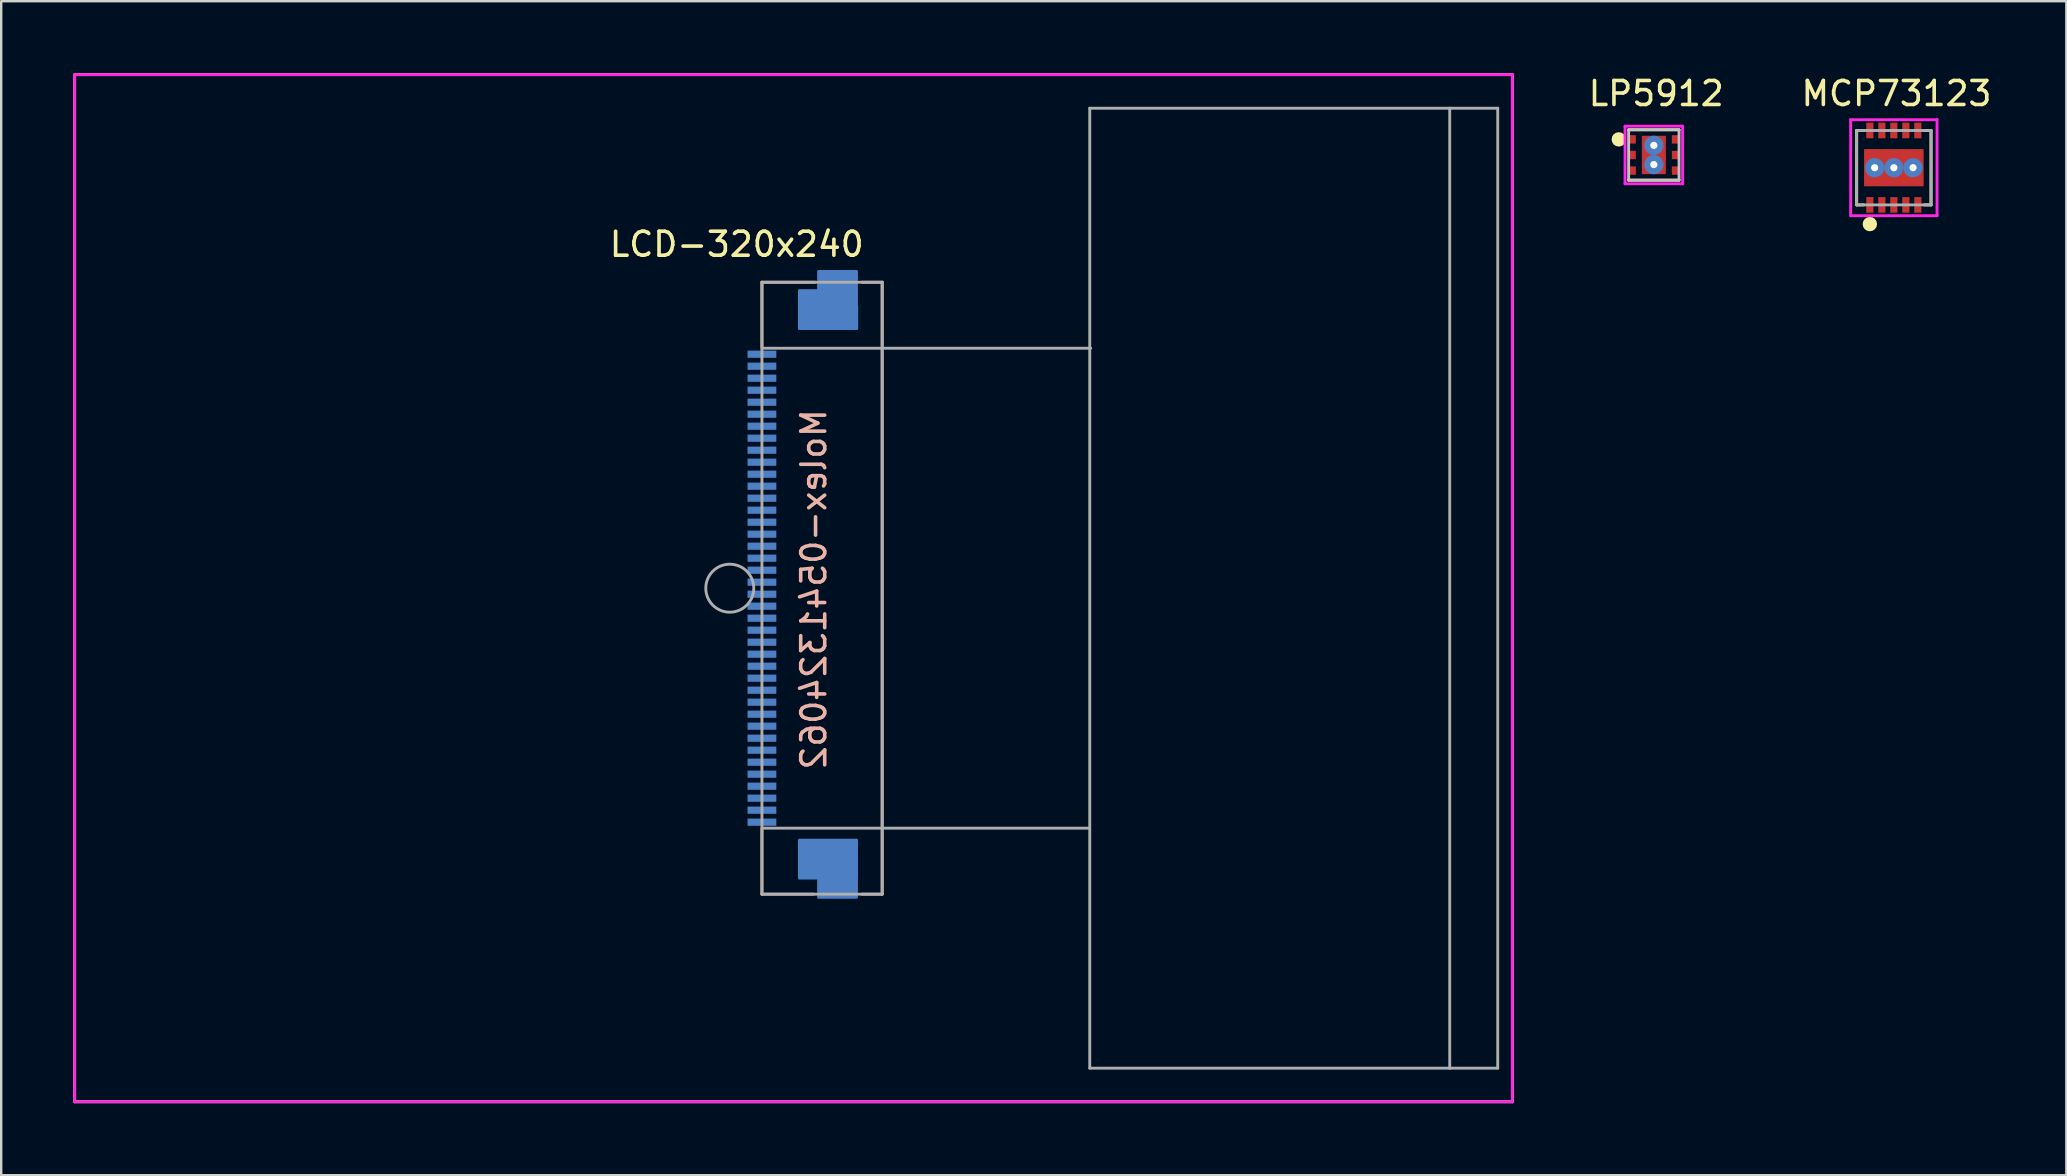
<source format=kicad_pcb>
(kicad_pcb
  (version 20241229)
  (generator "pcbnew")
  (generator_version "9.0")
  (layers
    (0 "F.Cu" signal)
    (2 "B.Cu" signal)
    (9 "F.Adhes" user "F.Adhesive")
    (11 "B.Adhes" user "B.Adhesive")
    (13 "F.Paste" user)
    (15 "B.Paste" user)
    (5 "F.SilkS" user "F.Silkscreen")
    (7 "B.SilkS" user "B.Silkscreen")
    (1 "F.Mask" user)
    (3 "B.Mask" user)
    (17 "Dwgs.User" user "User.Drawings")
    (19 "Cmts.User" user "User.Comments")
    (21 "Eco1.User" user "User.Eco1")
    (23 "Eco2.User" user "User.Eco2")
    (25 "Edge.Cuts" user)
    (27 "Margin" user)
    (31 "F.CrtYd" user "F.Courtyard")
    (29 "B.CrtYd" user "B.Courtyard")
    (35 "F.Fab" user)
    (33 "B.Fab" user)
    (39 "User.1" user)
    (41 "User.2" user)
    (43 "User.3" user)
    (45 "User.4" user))
  (footprint "LCD-320x240"
    (layer "F.Cu")
    (at 27.36 21.46)
    (property "Reference" "LCD-320x240" (at 0.29 -14.33 0) (layer "F.SilkS") (effects (font (size 1 1) (thickness 0.15))))
    (attr through_hole)
    (fp_line (start -27.3 -21.4) (end -27.3 21.4) (stroke (width 0.12) (type solid)) (layer "F.SilkS"))
    (fp_line (start -27.3 -21.4) (end 32.61 -21.4) (stroke (width 0.12) (type solid)) (layer "F.SilkS"))
    (fp_line (start -27.3 21.4) (end 32.61 21.4) (stroke (width 0.12) (type solid)) (layer "F.SilkS"))
    (fp_line (start 32.61 21.4) (end 32.61 -21.4) (stroke (width 0.12) (type solid)) (layer "F.SilkS"))
    (fp_line (start 1.34 -12.75) (end 1.34 -10.06) (stroke (width 0.12) (type solid)) (layer "B.SilkS"))
    (fp_line (start 1.34 -12.75) (end 3.55 -12.75) (stroke (width 0.12) (type solid)) (layer "B.SilkS"))
    (fp_line (start 1.34 12.75) (end 1.34 10.06) (stroke (width 0.12) (type solid)) (layer "B.SilkS"))
    (fp_line (start 1.34 12.75) (end 3.5 12.75) (stroke (width 0.12) (type solid)) (layer "B.SilkS"))
    (fp_line (start 6.35 -12.75) (end 5.5 -12.75) (stroke (width 0.12) (type solid)) (layer "B.SilkS"))
    (fp_line (start 6.35 -12.75) (end 6.35 12.75) (stroke (width 0.12) (type solid)) (layer "B.SilkS"))
    (fp_line (start 6.35 12.75) (end 5.5 12.75) (stroke (width 0.12) (type solid)) (layer "B.SilkS"))
    (fp_line (start -27.3 -21.4) (end -27.3 21.4) (stroke (width 0.12) (type solid)) (layer "F.CrtYd"))
    (fp_line (start -27.3 -21.4) (end 32.61 -21.4) (stroke (width 0.12) (type solid)) (layer "F.CrtYd"))
    (fp_line (start -27.3 21.4) (end 32.61 21.4) (stroke (width 0.12) (type solid)) (layer "F.CrtYd"))
    (fp_line (start 32.61 21.4) (end 32.61 -21.4) (stroke (width 0.12) (type solid)) (layer "F.CrtYd"))
    (fp_line (start 1.34 -12.75) (end 6.35 -12.75) (stroke (width 0.12) (type solid)) (layer "F.Fab"))
    (fp_line (start 1.34 -10) (end 15.04 -10) (stroke (width 0.12) (type solid)) (layer "F.Fab"))
    (fp_line (start 1.34 10) (end 14.99 10) (stroke (width 0.12) (type solid)) (layer "F.Fab"))
    (fp_line (start 1.34 12.75) (end 1.34 -12.75) (stroke (width 0.12) (type solid)) (layer "F.Fab"))
    (fp_line (start 1.34 12.75) (end 6.35 12.75) (stroke (width 0.12) (type solid)) (layer "F.Fab"))
    (fp_line (start 6.35 -12.75) (end 6.35 12.75) (stroke (width 0.12) (type solid)) (layer "F.Fab"))
    (fp_line (start 15 -20) (end 15 20) (stroke (width 0.12) (type solid)) (layer "F.Fab"))
    (fp_line (start 15 -20) (end 30 -20) (stroke (width 0.12) (type solid)) (layer "F.Fab"))
    (fp_line (start 15 20) (end 30 20) (stroke (width 0.12) (type solid)) (layer "F.Fab"))
    (fp_line (start 30 -20) (end 32 -20) (stroke (width 0.12) (type solid)) (layer "F.Fab"))
    (fp_line (start 30 20) (end 30 -20) (stroke (width 0.12) (type solid)) (layer "F.Fab"))
    (fp_line (start 30 20) (end 32 20) (stroke (width 0.12) (type solid)) (layer "F.Fab"))
    (fp_line (start 32 -20) (end 32 20) (stroke (width 0.12) (type solid)) (layer "F.Fab"))
    (fp_circle (center 0 0) (end 1 0) (stroke (width 0.12) (type solid)) (fill no) (layer "F.Fab"))
    (fp_text user "Molex-0541324062" (at 3.5 0.05 90) (layer "B.SilkS") (effects (font (size 1 1) (thickness 0.15)) (justify mirror)))
    (pad "" smd custom (at 4.58 11.23 90) (size 1.524 1.524) (layers "B.Cu" "B.Mask" "B.Paste") (options (anchor rect)) (primitives (gr_poly (pts (xy 0.74 -1.69) (xy 0.74 0.71) (xy -1.66 0.71) (xy -1.66 -0.89) (xy -0.86 -0.89) (xy -0.86 -1.69)) (width 0.1) (fill yes))))
    (pad "" smd custom (at 4.85 -11.27 90) (size 1 1) (layers "B.Cu" "B.Mask" "B.Paste") (options (anchor rect)) (primitives (gr_poly (pts (xy -0.46 -1.96) (xy -0.46 0.44) (xy 1.94 0.44) (xy 1.94 -1.16) (xy 1.14 -1.16) (xy 1.14 -1.96)) (width 0.1) (fill yes))))
    (pad "1" smd rect (at 1.34 9.75 90) (size 0.3 1.2) (layers "B.Cu" "B.Mask" "B.Paste"))
    (pad "2" smd rect (at 1.34 9.25 90) (size 0.3 1.2) (layers "B.Cu" "B.Mask" "B.Paste"))
    (pad "3" smd rect (at 1.34 8.75 90) (size 0.3 1.2) (layers "B.Cu" "B.Mask" "B.Paste"))
    (pad "4" smd rect (at 1.34 8.25 90) (size 0.3 1.2) (layers "B.Cu" "B.Mask" "B.Paste"))
    (pad "5" smd rect (at 1.34 7.75 90) (size 0.3 1.2) (layers "B.Cu" "B.Mask" "B.Paste"))
    (pad "6" smd rect (at 1.34 7.25 90) (size 0.3 1.2) (layers "B.Cu" "B.Mask" "B.Paste"))
    (pad "7" smd rect (at 1.34 6.75 90) (size 0.3 1.2) (layers "B.Cu" "B.Mask" "B.Paste"))
    (pad "8" smd rect (at 1.34 6.25 90) (size 0.3 1.2) (layers "B.Cu" "B.Mask" "B.Paste"))
    (pad "9" smd rect (at 1.34 5.75 90) (size 0.3 1.2) (layers "B.Cu" "B.Mask" "B.Paste"))
    (pad "10" smd rect (at 1.34 5.25 90) (size 0.3 1.2) (layers "B.Cu" "B.Mask" "B.Paste"))
    (pad "11" smd rect (at 1.34 4.75 90) (size 0.3 1.2) (layers "B.Cu" "B.Mask" "B.Paste"))
    (pad "12" smd rect (at 1.34 4.25 90) (size 0.3 1.2) (layers "B.Cu" "B.Mask" "B.Paste"))
    (pad "13" smd rect (at 1.34 3.75 90) (size 0.3 1.2) (layers "B.Cu" "B.Mask" "B.Paste"))
    (pad "14" smd rect (at 1.34 3.25 90) (size 0.3 1.2) (layers "B.Cu" "B.Mask" "B.Paste"))
    (pad "15" smd rect (at 1.34 2.75 90) (size 0.3 1.2) (layers "B.Cu" "B.Mask" "B.Paste"))
    (pad "16" smd rect (at 1.34 2.25 90) (size 0.3 1.2) (layers "B.Cu" "B.Mask" "B.Paste"))
    (pad "17" smd rect (at 1.34 1.75 90) (size 0.3 1.2) (layers "B.Cu" "B.Mask" "B.Paste"))
    (pad "18" smd rect (at 1.34 1.25 90) (size 0.3 1.2) (layers "B.Cu" "B.Mask" "B.Paste"))
    (pad "19" smd rect (at 1.34 0.75 90) (size 0.3 1.2) (layers "B.Cu" "B.Mask" "B.Paste"))
    (pad "20" smd rect (at 1.34 0.25 90) (size 0.3 1.2) (layers "B.Cu" "B.Mask" "B.Paste"))
    (pad "21" smd rect (at 1.34 -0.25 90) (size 0.3 1.2) (layers "B.Cu" "B.Mask" "B.Paste"))
    (pad "22" smd rect (at 1.34 -0.75 90) (size 0.3 1.2) (layers "B.Cu" "B.Mask" "B.Paste"))
    (pad "23" smd rect (at 1.34 -1.25 90) (size 0.3 1.2) (layers "B.Cu" "B.Mask" "B.Paste"))
    (pad "24" smd rect (at 1.34 -1.75 90) (size 0.3 1.2) (layers "B.Cu" "B.Mask" "B.Paste"))
    (pad "25" smd rect (at 1.34 -2.25 90) (size 0.3 1.2) (layers "B.Cu" "B.Mask" "B.Paste"))
    (pad "26" smd rect (at 1.34 -2.75 90) (size 0.3 1.2) (layers "B.Cu" "B.Mask" "B.Paste"))
    (pad "27" smd rect (at 1.34 -3.25 90) (size 0.3 1.2) (layers "B.Cu" "B.Mask" "B.Paste"))
    (pad "28" smd rect (at 1.34 -3.75 90) (size 0.3 1.2) (layers "B.Cu" "B.Mask" "B.Paste"))
    (pad "29" smd rect (at 1.34 -4.25 90) (size 0.3 1.2) (layers "B.Cu" "B.Mask" "B.Paste"))
    (pad "30" smd rect (at 1.34 -4.75 90) (size 0.3 1.2) (layers "B.Cu" "B.Mask" "B.Paste"))
    (pad "31" smd rect (at 1.34 -5.25 90) (size 0.3 1.2) (layers "B.Cu" "B.Mask" "B.Paste"))
    (pad "32" smd rect (at 1.34 -5.75 90) (size 0.3 1.2) (layers "B.Cu" "B.Mask" "B.Paste"))
    (pad "33" smd rect (at 1.34 -6.25 90) (size 0.3 1.2) (layers "B.Cu" "B.Mask" "B.Paste"))
    (pad "34" smd rect (at 1.34 -6.75 90) (size 0.3 1.2) (layers "B.Cu" "B.Mask" "B.Paste"))
    (pad "35" smd rect (at 1.34 -7.25 90) (size 0.3 1.2) (layers "B.Cu" "B.Mask" "B.Paste"))
    (pad "36" smd rect (at 1.34 -7.75 90) (size 0.3 1.2) (layers "B.Cu" "B.Mask" "B.Paste"))
    (pad "37" smd rect (at 1.34 -8.25 90) (size 0.3 1.2) (layers "B.Cu" "B.Mask" "B.Paste"))
    (pad "38" smd rect (at 1.34 -8.75 90) (size 0.3 1.2) (layers "B.Cu" "B.Mask" "B.Paste"))
    (pad "39" smd rect (at 1.34 -9.25 90) (size 0.3 1.2) (layers "B.Cu" "B.Mask" "B.Paste"))
    (pad "40" smd rect (at 1.34 -9.75 90) (size 0.3 1.2) (layers "B.Cu" "B.Mask" "B.Paste")))
  (footprint "LP5912"
    (layer "F.Cu")
    (at 65.865 3.408)
    (property "Reference" "LP5912" (at 0.1 -2.56 0) (layer "F.SilkS") (effects (font (size 1 1) (thickness 0.15))))
    (attr through_hole)
    (fp_line (start -1.05 -1.05) (end 1.05 -1.05) (stroke (width 0.12) (type solid)) (layer "F.SilkS"))
    (fp_line (start -1.05 1.05) (end 1.05 1.05) (stroke (width 0.12) (type solid)) (layer "F.SilkS"))
    (fp_circle (center -1.46 -0.65) (end -1.31 -0.65) (stroke (width 0.3) (type solid)) (fill no) (layer "F.SilkS"))
    (fp_line (start -1.05 -1.05) (end -1.05 1.05) (stroke (width 0.12) (type solid)) (layer "Dwgs.User"))
    (fp_line (start -1.05 -1.05) (end 1.05 -1.05) (stroke (width 0.12) (type solid)) (layer "Dwgs.User"))
    (fp_line (start -1.05 1.05) (end 1.05 1.05) (stroke (width 0.12) (type solid)) (layer "Dwgs.User"))
    (fp_line (start 1.05 -1.05) (end 1.05 1.05) (stroke (width 0.12) (type solid)) (layer "Dwgs.User"))
    (fp_line (start -1.2 -1.2) (end -1.2 1.2) (stroke (width 0.12) (type solid)) (layer "F.CrtYd"))
    (fp_line (start -1.2 -1.2) (end 1.2 -1.2) (stroke (width 0.12) (type solid)) (layer "F.CrtYd"))
    (fp_line (start -1.2 1.2) (end 1.2 1.2) (stroke (width 0.12) (type solid)) (layer "F.CrtYd"))
    (fp_line (start 1.2 -1.2) (end 1.2 1.2) (stroke (width 0.12) (type solid)) (layer "F.CrtYd"))
    (pad "1" smd rect (at -0.9 -0.65) (size 0.3 0.35) (layers "F.Cu" "F.Mask" "F.Paste"))
    (pad "2" smd rect (at -0.9 0) (size 0.3 0.35) (layers "F.Cu" "F.Mask" "F.Paste"))
    (pad "3" smd rect (at -0.9 0.65) (size 0.3 0.35) (layers "F.Cu" "F.Mask" "F.Paste"))
    (pad "4" smd rect (at 0.9 0.65) (size 0.3 0.35) (layers "F.Cu" "F.Mask" "F.Paste"))
    (pad "5" smd rect (at 0.9 0) (size 0.3 0.35) (layers "F.Cu" "F.Mask" "F.Paste"))
    (pad "6" smd rect (at 0.9 -0.65) (size 0.3 0.35) (layers "F.Cu" "F.Mask" "F.Paste"))
    (pad "7" thru_hole circle (at 0 -0.4) (size 0.8 0.8) (drill 0.3) (layers "*.Cu" "*.Mask"))
    (pad "7" smd rect (at 0 0) (size 1 1.6) (layers "F.Cu" "F.Mask" "F.Paste"))
    (pad "7" thru_hole circle (at 0 0.4) (size 0.8 0.8) (drill 0.3) (layers "*.Cu" "*.Mask")))
  (footprint "MCP73123"
    (layer "F.Cu")
    (at 75.866 3.938)
    (property "Reference" "MCP73123" (at 0.11 -3.09 0) (layer "F.SilkS") (effects (font (size 1 1) (thickness 0.15))))
    (attr through_hole)
    (fp_line (start -1.55 -1.55) (end -1.55 1.55) (stroke (width 0.12) (type solid)) (layer "F.SilkS"))
    (fp_line (start -1.55 1.55) (end -1.26 1.55) (stroke (width 0.12) (type solid)) (layer "F.SilkS"))
    (fp_line (start -1.26 -1.55) (end -1.55 -1.55) (stroke (width 0.12) (type solid)) (layer "F.SilkS"))
    (fp_line (start 1.26 -1.55) (end 1.55 -1.55) (stroke (width 0.12) (type solid)) (layer "F.SilkS"))
    (fp_line (start 1.55 -1.55) (end 1.55 1.55) (stroke (width 0.12) (type solid)) (layer "F.SilkS"))
    (fp_line (start 1.55 1.55) (end 1.26 1.55) (stroke (width 0.12) (type solid)) (layer "F.SilkS"))
    (fp_circle (center -1 2.35) (end -0.85 2.35) (stroke (width 0.3) (type solid)) (fill no) (layer "F.SilkS"))
    (fp_line (start -1.8 -2) (end -1.8 2) (stroke (width 0.12) (type solid)) (layer "F.CrtYd"))
    (fp_line (start -1.8 -2) (end 1.8 -2) (stroke (width 0.12) (type solid)) (layer "F.CrtYd"))
    (fp_line (start -1.8 2) (end 1.8 2) (stroke (width 0.12) (type solid)) (layer "F.CrtYd"))
    (fp_line (start 1.8 2) (end 1.8 -2) (stroke (width 0.12) (type solid)) (layer "F.CrtYd"))
    (fp_line (start -1.55 -1.55) (end -1.55 1.55) (stroke (width 0.12) (type solid)) (layer "F.Fab"))
    (fp_line (start -1.55 -1.55) (end 1.55 -1.55) (stroke (width 0.12) (type solid)) (layer "F.Fab"))
    (fp_line (start -1.55 1.55) (end 1.55 1.55) (stroke (width 0.12) (type solid)) (layer "F.Fab"))
    (fp_line (start 1.55 -1.55) (end 1.55 1.55) (stroke (width 0.12) (type solid)) (layer "F.Fab"))
    (pad "1" smd rect (at -1 1.55) (size 0.3 0.65) (layers "F.Cu" "F.Mask" "F.Paste"))
    (pad "2" smd rect (at -0.5 1.55) (size 0.3 0.65) (layers "F.Cu" "F.Mask" "F.Paste"))
    (pad "3" smd rect (at 0 1.55) (size 0.3 0.65) (layers "F.Cu" "F.Mask" "F.Paste"))
    (pad "4" smd rect (at 0.5 1.55) (size 0.3 0.65) (layers "F.Cu" "F.Mask" "F.Paste"))
    (pad "5" smd rect (at 1 1.55) (size 0.3 0.65) (layers "F.Cu" "F.Mask" "F.Paste"))
    (pad "6" smd rect (at 1 -1.55) (size 0.3 0.65) (layers "F.Cu" "F.Mask" "F.Paste"))
    (pad "7" smd rect (at 0.5 -1.55) (size 0.3 0.65) (layers "F.Cu" "F.Mask" "F.Paste"))
    (pad "8" smd rect (at 0 -1.55) (size 0.3 0.65) (layers "F.Cu" "F.Mask" "F.Paste"))
    (pad "9" smd rect (at -0.5 -1.55) (size 0.3 0.65) (layers "F.Cu" "F.Mask" "F.Paste"))
    (pad "10" smd rect (at -1 -1.55) (size 0.3 0.65) (layers "F.Cu" "F.Mask" "F.Paste"))
    (pad "11" thru_hole circle (at -0.8 0) (size 0.8 0.8) (drill 0.3) (layers "*.Cu" "*.Mask"))
    (pad "11" thru_hole circle (at 0 0) (size 0.8 0.8) (drill 0.3) (layers "*.Cu" "*.Mask"))
    (pad "11" smd rect (at 0 0) (size 2.48 1.55) (layers "F.Cu" "F.Mask" "F.Paste"))
    (pad "11" thru_hole circle (at 0.8 0) (size 0.8 0.8) (drill 0.3) (layers "*.Cu" "*.Mask")))
  (gr_rect
    (start -3 -3)
    (end 83.054 45.92)
    (stroke (width 0.1) (type default))
    (fill no)
    (layer "Edge.Cuts")))
</source>
